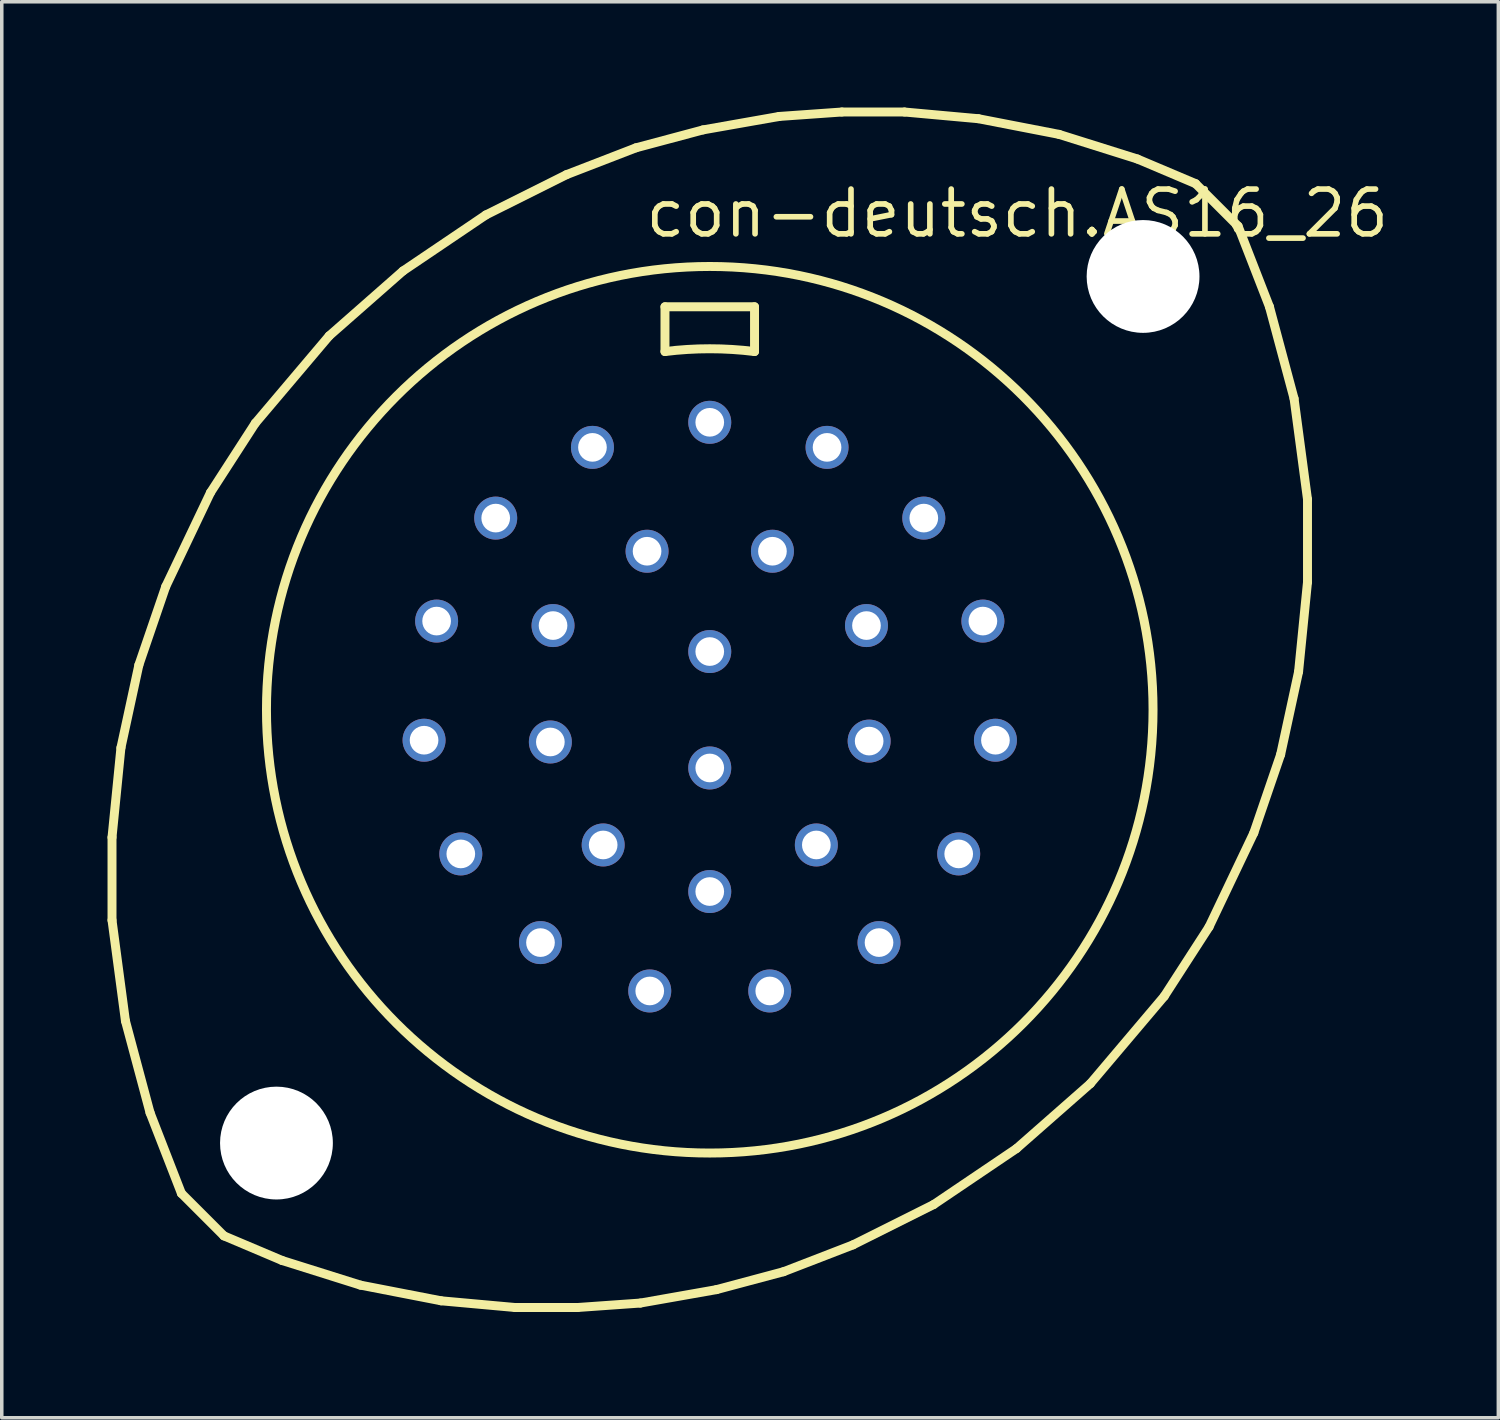
<source format=kicad_pcb>
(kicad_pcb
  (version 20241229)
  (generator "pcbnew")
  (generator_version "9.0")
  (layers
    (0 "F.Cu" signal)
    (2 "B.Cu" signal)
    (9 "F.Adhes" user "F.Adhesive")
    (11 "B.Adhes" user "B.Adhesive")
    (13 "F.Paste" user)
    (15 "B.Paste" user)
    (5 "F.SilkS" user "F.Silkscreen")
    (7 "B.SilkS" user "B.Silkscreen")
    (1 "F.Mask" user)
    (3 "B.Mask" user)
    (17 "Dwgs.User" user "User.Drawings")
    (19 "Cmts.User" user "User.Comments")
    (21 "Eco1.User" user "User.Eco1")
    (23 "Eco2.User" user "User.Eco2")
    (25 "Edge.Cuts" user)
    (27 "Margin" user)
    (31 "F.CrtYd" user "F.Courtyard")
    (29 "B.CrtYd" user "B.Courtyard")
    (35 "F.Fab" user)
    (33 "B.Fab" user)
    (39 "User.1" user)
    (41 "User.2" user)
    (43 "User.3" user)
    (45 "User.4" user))
  (footprint "con-deutsch.AS16_26"
    (layer "F.Cu")
    (at 17.081 17.081)
    (property "Reference" "con-deutsch.AS16_26" (at -1.905 -13.335 0) (layer "F.SilkS") (effects (font (size 1.27 1.27) (thickness 0.16)) (justify left bottom)))
    (attr through_hole)
    (fp_line (start -16.954 3.619) (end -16.701 1.079) (stroke (width 0.254) (type default)) (layer "F.SilkS"))
    (fp_line (start -16.954 5.969) (end -16.954 3.619) (stroke (width 0.254) (type default)) (layer "F.SilkS"))
    (fp_line (start -16.701 1.079) (end -16.192 -1.27) (stroke (width 0.254) (type default)) (layer "F.SilkS"))
    (fp_line (start -16.573 8.826) (end -16.954 5.969) (stroke (width 0.254) (type default)) (layer "F.SilkS"))
    (fp_line (start -16.192 -1.27) (end -15.431 -3.493) (stroke (width 0.254) (type default)) (layer "F.SilkS"))
    (fp_line (start -15.875 11.43) (end -16.573 8.826) (stroke (width 0.254) (type default)) (layer "F.SilkS"))
    (fp_line (start -15.431 -3.493) (end -14.161 -6.16) (stroke (width 0.254) (type default)) (layer "F.SilkS"))
    (fp_line (start -14.986 13.716) (end -15.875 11.43) (stroke (width 0.254) (type default)) (layer "F.SilkS"))
    (fp_line (start -14.986 13.716) (end -13.78 14.922) (stroke (width 0.254) (type default)) (layer "F.SilkS"))
    (fp_line (start -14.161 -6.16) (end -12.89 -8.128) (stroke (width 0.254) (type default)) (layer "F.SilkS"))
    (fp_line (start -12.89 -8.128) (end -10.795 -10.604) (stroke (width 0.254) (type default)) (layer "F.SilkS"))
    (fp_line (start -12.129 15.621) (end -13.78 14.922) (stroke (width 0.254) (type default)) (layer "F.SilkS"))
    (fp_line (start -10.795 -10.604) (end -8.7 -12.446) (stroke (width 0.254) (type default)) (layer "F.SilkS"))
    (fp_line (start -9.906 16.32) (end -12.129 15.621) (stroke (width 0.254) (type default)) (layer "F.SilkS"))
    (fp_line (start -8.7 -12.446) (end -6.35 -14.034) (stroke (width 0.254) (type default)) (layer "F.SilkS"))
    (fp_line (start -7.62 16.764) (end -9.906 16.32) (stroke (width 0.254) (type default)) (layer "F.SilkS"))
    (fp_line (start -6.35 -14.034) (end -4.064 -15.177) (stroke (width 0.254) (type default)) (layer "F.SilkS"))
    (fp_line (start -5.524 16.954) (end -7.62 16.764) (stroke (width 0.254) (type default)) (layer "F.SilkS"))
    (fp_line (start -4.064 -15.177) (end -2.095 -15.938) (stroke (width 0.254) (type default)) (layer "F.SilkS"))
    (fp_line (start -3.747 16.954) (end -5.524 16.954) (stroke (width 0.254) (type default)) (layer "F.SilkS"))
    (fp_line (start -2.095 -15.938) (end -0.191 -16.447) (stroke (width 0.254) (type default)) (layer "F.SilkS"))
    (fp_line (start -1.968 16.828) (end -3.747 16.954) (stroke (width 0.254) (type default)) (layer "F.SilkS"))
    (fp_line (start -1.27 -11.43) (end 1.27 -11.43) (stroke (width 0.254) (type default)) (layer "F.SilkS"))
    (fp_line (start -1.27 -10.16) (end -1.27 -11.43) (stroke (width 0.254) (type default)) (layer "F.SilkS"))
    (fp_line (start -0.191 -16.447) (end 1.968 -16.828) (stroke (width 0.254) (type default)) (layer "F.SilkS"))
    (fp_line (start 0.191 16.447) (end -1.968 16.828) (stroke (width 0.254) (type default)) (layer "F.SilkS"))
    (fp_line (start 1.27 -11.43) (end 1.27 -10.16) (stroke (width 0.254) (type default)) (layer "F.SilkS"))
    (fp_line (start 1.968 -16.828) (end 3.747 -16.954) (stroke (width 0.254) (type default)) (layer "F.SilkS"))
    (fp_line (start 2.095 15.938) (end 0.191 16.447) (stroke (width 0.254) (type default)) (layer "F.SilkS"))
    (fp_line (start 3.747 -16.954) (end 5.524 -16.954) (stroke (width 0.254) (type default)) (layer "F.SilkS"))
    (fp_line (start 4.064 15.177) (end 2.095 15.938) (stroke (width 0.254) (type default)) (layer "F.SilkS"))
    (fp_line (start 5.524 -16.954) (end 7.62 -16.764) (stroke (width 0.254) (type default)) (layer "F.SilkS"))
    (fp_line (start 6.35 14.034) (end 4.064 15.177) (stroke (width 0.254) (type default)) (layer "F.SilkS"))
    (fp_line (start 7.62 -16.764) (end 9.906 -16.32) (stroke (width 0.254) (type default)) (layer "F.SilkS"))
    (fp_line (start 8.7 12.446) (end 6.35 14.034) (stroke (width 0.254) (type default)) (layer "F.SilkS"))
    (fp_line (start 9.906 -16.32) (end 12.129 -15.621) (stroke (width 0.254) (type default)) (layer "F.SilkS"))
    (fp_line (start 10.795 10.604) (end 8.7 12.446) (stroke (width 0.254) (type default)) (layer "F.SilkS"))
    (fp_line (start 12.129 -15.621) (end 13.78 -14.922) (stroke (width 0.254) (type default)) (layer "F.SilkS"))
    (fp_line (start 12.89 8.128) (end 10.795 10.604) (stroke (width 0.254) (type default)) (layer "F.SilkS"))
    (fp_line (start 13.78 -14.922) (end 14.986 -13.716) (stroke (width 0.254) (type default)) (layer "F.SilkS"))
    (fp_line (start 14.161 6.16) (end 12.89 8.128) (stroke (width 0.254) (type default)) (layer "F.SilkS"))
    (fp_line (start 14.986 -13.716) (end 15.875 -11.43) (stroke (width 0.254) (type default)) (layer "F.SilkS"))
    (fp_line (start 15.431 3.493) (end 14.161 6.16) (stroke (width 0.254) (type default)) (layer "F.SilkS"))
    (fp_line (start 15.875 -11.43) (end 16.573 -8.826) (stroke (width 0.254) (type default)) (layer "F.SilkS"))
    (fp_line (start 16.192 1.27) (end 15.431 3.493) (stroke (width 0.254) (type default)) (layer "F.SilkS"))
    (fp_line (start 16.573 -8.826) (end 16.954 -5.969) (stroke (width 0.254) (type default)) (layer "F.SilkS"))
    (fp_line (start 16.701 -1.079) (end 16.192 1.27) (stroke (width 0.254) (type default)) (layer "F.SilkS"))
    (fp_line (start 16.954 -5.969) (end 16.954 -3.619) (stroke (width 0.254) (type default)) (layer "F.SilkS"))
    (fp_line (start 16.954 -3.619) (end 16.701 -1.079) (stroke (width 0.254) (type default)) (layer "F.SilkS"))
    (fp_arc (start -1.27 -10.16) (mid 0 -10.239067) (end 1.27 -10.16) (stroke (width 0.254) (type default)) (layer "F.SilkS"))
    (fp_circle (center 0 0) (end 12.573 0) (stroke (width 0.254) (type default)) (fill no) (layer "F.SilkS"))
    (pad "" np_thru_hole circle (at -12.29 12.29) (size 3.2 3.2) (drill 3.2) (layers "*.Cu" "*.Mask"))
    (pad "" np_thru_hole circle (at 12.29 -12.29) (size 3.2 3.2) (drill 3.2) (layers "*.Cu" "*.Mask"))
    (pad "A" thru_hole circle (at 0 -8.153) (size 1.219 1.219) (drill 0.813) (layers "*.Cu" "*.Mask"))
    (pad "A'" thru_hole circle (at -4.445 -2.388) (size 1.219 1.219) (drill 0.813) (layers "*.Cu" "*.Mask"))
    (pad "B" thru_hole circle (at 3.327 -7.442) (size 1.219 1.219) (drill 0.813) (layers "*.Cu" "*.Mask"))
    (pad "B'" thru_hole circle (at 0 -1.651) (size 1.219 1.219) (drill 0.813) (layers "*.Cu" "*.Mask"))
    (pad "C" thru_hole circle (at 6.071 -5.436) (size 1.219 1.219) (drill 0.813) (layers "*.Cu" "*.Mask"))
    (pad "C'" thru_hole circle (at 0 1.651) (size 1.219 1.219) (drill 0.813) (layers "*.Cu" "*.Mask"))
    (pad "D" thru_hole circle (at 7.747 -2.515) (size 1.219 1.219) (drill 0.813) (layers "*.Cu" "*.Mask"))
    (pad "E" thru_hole circle (at 8.103 0.864) (size 1.219 1.219) (drill 0.813) (layers "*.Cu" "*.Mask"))
    (pad "F" thru_hole circle (at 7.061 4.089) (size 1.219 1.219) (drill 0.813) (layers "*.Cu" "*.Mask"))
    (pad "G" thru_hole circle (at 4.801 6.604) (size 1.219 1.219) (drill 0.813) (layers "*.Cu" "*.Mask"))
    (pad "H" thru_hole circle (at 1.702 7.976) (size 1.219 1.219) (drill 0.813) (layers "*.Cu" "*.Mask"))
    (pad "J" thru_hole circle (at -1.702 7.976) (size 1.219 1.219) (drill 0.813) (layers "*.Cu" "*.Mask"))
    (pad "K" thru_hole circle (at -4.801 6.604) (size 1.219 1.219) (drill 0.813) (layers "*.Cu" "*.Mask"))
    (pad "L" thru_hole circle (at -7.061 4.089) (size 1.219 1.219) (drill 0.813) (layers "*.Cu" "*.Mask"))
    (pad "M" thru_hole circle (at -8.103 0.864) (size 1.219 1.219) (drill 0.813) (layers "*.Cu" "*.Mask"))
    (pad "N" thru_hole circle (at -7.747 -2.515) (size 1.219 1.219) (drill 0.813) (layers "*.Cu" "*.Mask"))
    (pad "P" thru_hole circle (at -6.071 -5.436) (size 1.219 1.219) (drill 0.813) (layers "*.Cu" "*.Mask"))
    (pad "R" thru_hole circle (at -3.327 -7.442) (size 1.219 1.219) (drill 0.813) (layers "*.Cu" "*.Mask"))
    (pad "S" thru_hole circle (at -1.778 -4.496) (size 1.219 1.219) (drill 0.813) (layers "*.Cu" "*.Mask"))
    (pad "T" thru_hole circle (at 1.778 -4.496) (size 1.219 1.219) (drill 0.813) (layers "*.Cu" "*.Mask"))
    (pad "U" thru_hole circle (at 4.445 -2.388) (size 1.219 1.219) (drill 0.813) (layers "*.Cu" "*.Mask"))
    (pad "V" thru_hole circle (at 4.521 0.889) (size 1.219 1.219) (drill 0.813) (layers "*.Cu" "*.Mask"))
    (pad "W" thru_hole circle (at 3.023 3.835) (size 1.219 1.219) (drill 0.813) (layers "*.Cu" "*.Mask"))
    (pad "X" thru_hole circle (at 0 5.156) (size 1.219 1.219) (drill 0.813) (layers "*.Cu" "*.Mask"))
    (pad "Y" thru_hole circle (at -3.023 3.835) (size 1.219 1.219) (drill 0.813) (layers "*.Cu" "*.Mask"))
    (pad "Z" thru_hole circle (at -4.521 0.914) (size 1.219 1.219) (drill 0.813) (layers "*.Cu" "*.Mask")))
  (gr_rect
    (start -3 -3)
    (end 39.448 37.163)
    (stroke (width 0.1) (type default))
    (fill no)
    (layer "Edge.Cuts")))
</source>
